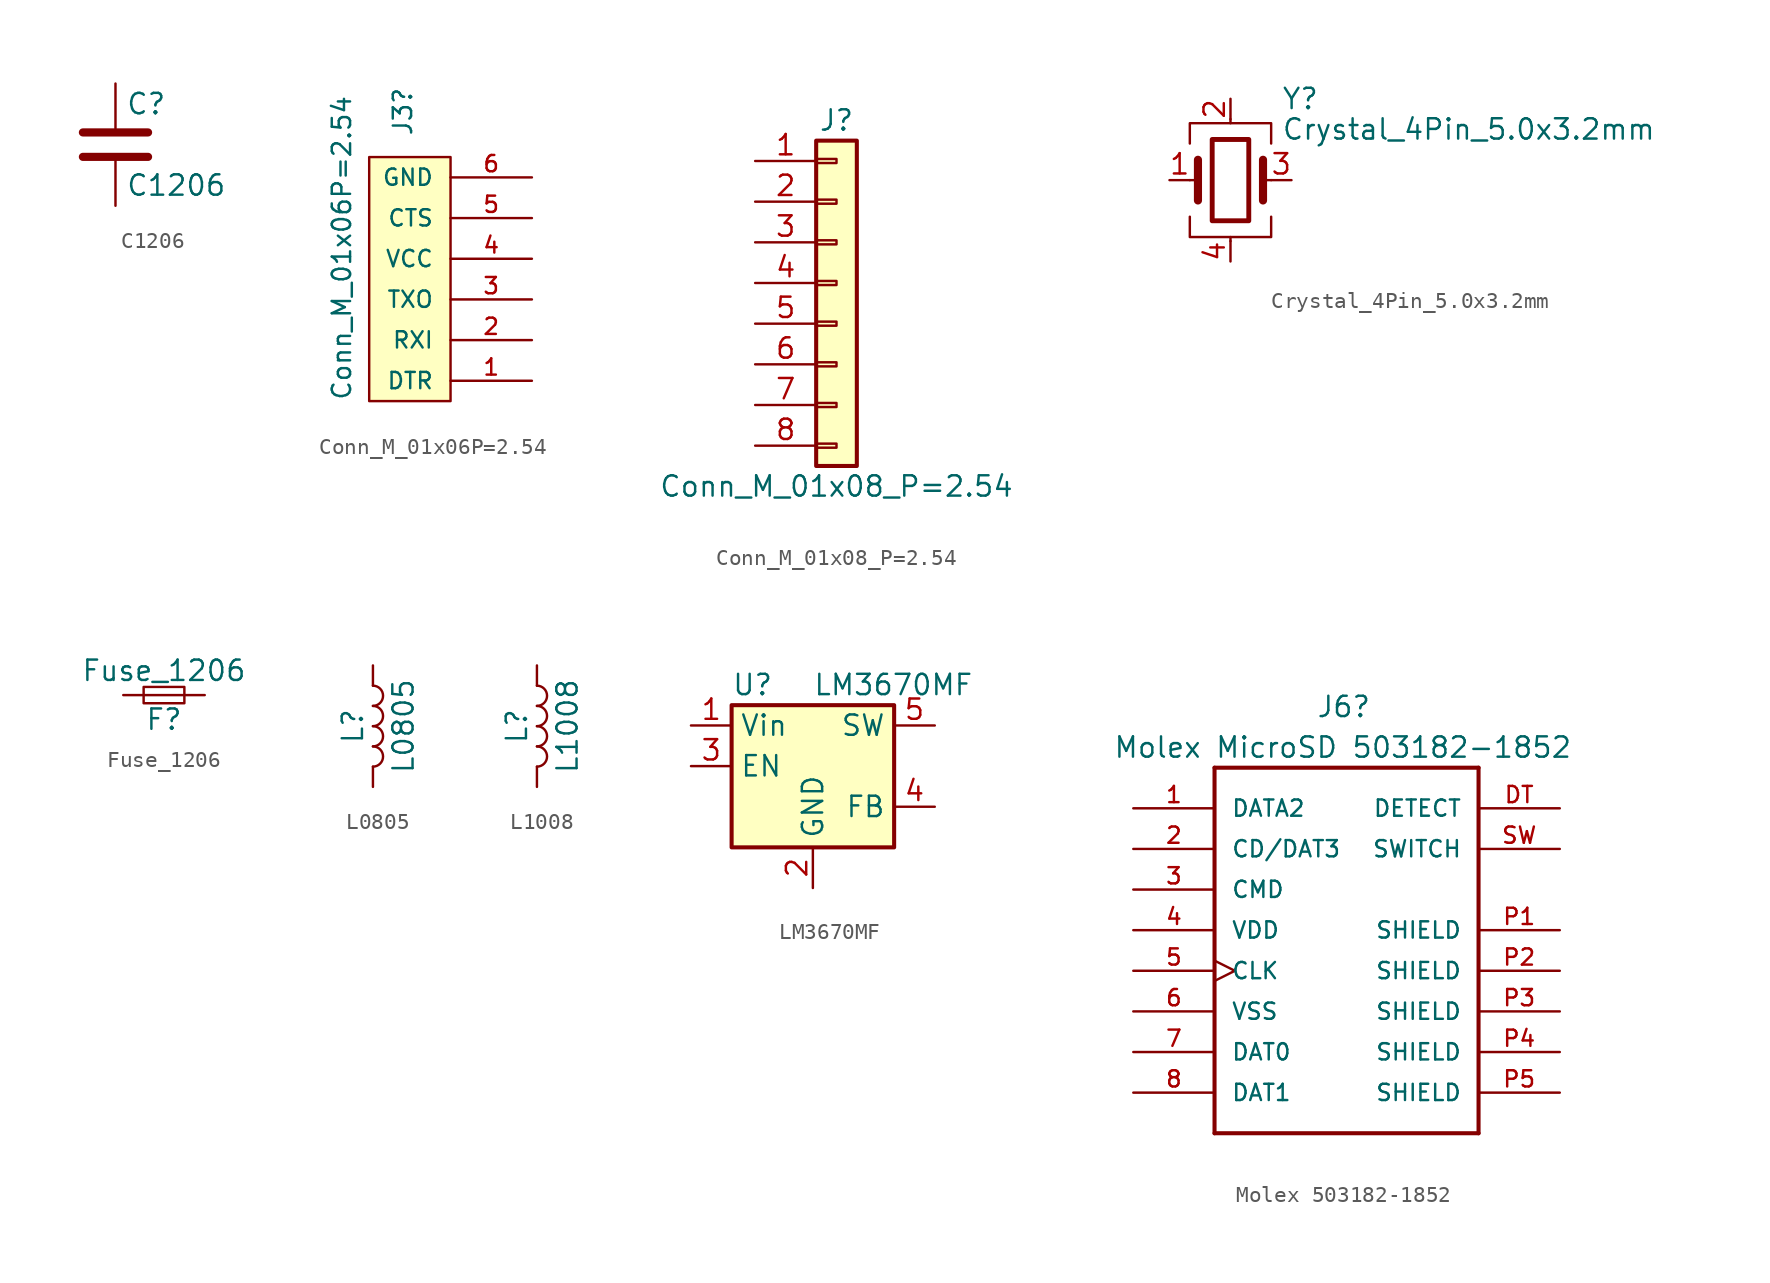
<source format=kicad_sym>
(kicad_symbol_lib
  (version 20220914)
  (generator kicad_symbol_editor)
  (symbol "C1206"
    (pin_numbers hide)
    (pin_names
      (offset 0.254))
    (property "Reference" "C"
      (at 0.635 2.54 0)
      (effects (font (size 1.27 1.27)) (justify left)))
    (property "Value" "C1206"
      (at 0.635 -2.54 0)
      (effects (font (size 1.27 1.27)) (justify left)))
    (symbol "C1206_0_1"
      (polyline (pts (xy -2.032 -0.762) (xy 2.032 -0.762)) (stroke (width 0.508) (type default)) (fill (type none)))
      (polyline (pts (xy -2.032 0.762) (xy 2.032 0.762)) (stroke (width 0.508) (type default)) (fill (type none))))
    (symbol "C1206_1_1"
      (pin passive line (at 0 3.81 270) (length 2.794) (name "~" (effects (font (size 1.27 1.27)))) (number "1" (effects (font (size 1.27 1.27)))))
      (pin passive line (at 0 -3.81 90) (length 2.794) (name "~" (effects (font (size 1.27 1.27)))) (number "2" (effects (font (size 1.27 1.27)))))))
  (symbol "Conn_M_01x06P=2.54"
    (pin_names
      (offset 1.016))
    (property "Reference" "J3"
      (at -2.985 15.24 90)
      (effects (font (size 1.143 1.143)) (justify left)))
    (property "Value" "Conn_M_01x06P=2.54"
      (at -6.795 -1.27 90)
      (effects (font (size 1.143 1.143)) (justify left)))
    (symbol "Conn_M_01x06P=2.54_0_1"
      (rectangle (start -5.08 13.97) (end 0 -1.27) (stroke (width 0) (type default)) (fill (type background))))
    (symbol "Conn_M_01x06P=2.54_1_1"
      (pin passive line (at 5.08 0 180) (length 5.08) (name "DTR" (effects (font (size 1.016 1.016)))) (number "1" (effects (font (size 1.016 1.016)))))
      (pin passive line (at 5.08 2.54 180) (length 5.08) (name "RXI" (effects (font (size 1.016 1.016)))) (number "2" (effects (font (size 1.016 1.016)))))
      (pin passive line (at 5.08 5.08 180) (length 5.08) (name "TXO" (effects (font (size 1.016 1.016)))) (number "3" (effects (font (size 1.016 1.016)))))
      (pin passive line (at 5.08 7.62 180) (length 5.08) (name "VCC" (effects (font (size 1.016 1.016)))) (number "4" (effects (font (size 1.016 1.016)))))
      (pin passive line (at 5.08 10.16 180) (length 5.08) (name "CTS" (effects (font (size 1.016 1.016)))) (number "5" (effects (font (size 1.016 1.016)))))
      (pin passive line (at 5.08 12.7 180) (length 5.08) (name "GND" (effects (font (size 1.016 1.016)))) (number "6" (effects (font (size 1.016 1.016)))))))
  (symbol "Conn_M_01x08_P=2.54"
    (pin_names
      (offset 1.016) hide)
    (property "Reference" "J"
      (at 0 10.16 0)
      (effects (font (size 1.27 1.27))))
    (property "Value" "Conn_M_01x08_P=2.54"
      (at 0 -12.7 0)
      (effects (font (size 1.27 1.27))))
    (symbol "Conn_M_01x08_P=2.54_1_1"
      (rectangle (start -1.27 -10.033) (end 0 -10.287) (stroke (width 0.152) (type default)) (fill (type none)))
      (rectangle (start -1.27 -7.493) (end 0 -7.747) (stroke (width 0.152) (type default)) (fill (type none)))
      (rectangle (start -1.27 -4.953) (end 0 -5.207) (stroke (width 0.152) (type default)) (fill (type none)))
      (rectangle (start -1.27 -2.413) (end 0 -2.667) (stroke (width 0.152) (type default)) (fill (type none)))
      (rectangle (start -1.27 0.127) (end 0 -0.127) (stroke (width 0.152) (type default)) (fill (type none)))
      (rectangle (start -1.27 2.667) (end 0 2.413) (stroke (width 0.152) (type default)) (fill (type none)))
      (rectangle (start -1.27 5.207) (end 0 4.953) (stroke (width 0.152) (type default)) (fill (type none)))
      (rectangle (start -1.27 7.747) (end 0 7.493) (stroke (width 0.152) (type default)) (fill (type none)))
      (rectangle (start -1.27 8.89) (end 1.27 -11.43) (stroke (width 0.254) (type default)) (fill (type background)))
      (pin passive line (at -5.08 7.62 0) (length 3.81) (name "Pin_1" (effects (font (size 1.27 1.27)))) (number "1" (effects (font (size 1.27 1.27)))))
      (pin passive line (at -5.08 5.08 0) (length 3.81) (name "Pin_2" (effects (font (size 1.27 1.27)))) (number "2" (effects (font (size 1.27 1.27)))))
      (pin passive line (at -5.08 2.54 0) (length 3.81) (name "Pin_3" (effects (font (size 1.27 1.27)))) (number "3" (effects (font (size 1.27 1.27)))))
      (pin passive line (at -5.08 0 0) (length 3.81) (name "Pin_4" (effects (font (size 1.27 1.27)))) (number "4" (effects (font (size 1.27 1.27)))))
      (pin passive line (at -5.08 -2.54 0) (length 3.81) (name "Pin_5" (effects (font (size 1.27 1.27)))) (number "5" (effects (font (size 1.27 1.27)))))
      (pin passive line (at -5.08 -5.08 0) (length 3.81) (name "Pin_6" (effects (font (size 1.27 1.27)))) (number "6" (effects (font (size 1.27 1.27)))))
      (pin passive line (at -5.08 -7.62 0) (length 3.81) (name "Pin_7" (effects (font (size 1.27 1.27)))) (number "7" (effects (font (size 1.27 1.27)))))
      (pin passive line (at -5.08 -10.16 0) (length 3.81) (name "Pin_8" (effects (font (size 1.27 1.27)))) (number "8" (effects (font (size 1.27 1.27)))))))
  (symbol "Crystal_4Pin_5.0x3.2mm"
    (pin_names
      (offset 1.016) hide)
    (property "Reference" "Y"
      (at 3.175 5.08 0)
      (effects (font (size 1.27 1.27)) (justify left)))
    (property "Value" "Crystal_4Pin_5.0x3.2mm"
      (at 3.175 3.175 0)
      (effects (font (size 1.27 1.27)) (justify left)))
    (symbol "Crystal_4Pin_5.0x3.2mm_0_1"
      (rectangle (start -1.143 2.54) (end 1.143 -2.54) (stroke (width 0.305) (type default)) (fill (type none)))
      (polyline (pts (xy -2.54 0) (xy -2.032 0)) (stroke (width 0) (type default)) (fill (type none)))
      (polyline (pts (xy -2.032 -1.27) (xy -2.032 1.27)) (stroke (width 0.508) (type default)) (fill (type none)))
      (polyline (pts (xy 0 -3.81) (xy 0 -3.556)) (stroke (width 0) (type default)) (fill (type none)))
      (polyline (pts (xy 0 3.556) (xy 0 3.81)) (stroke (width 0) (type default)) (fill (type none)))
      (polyline (pts (xy 2.032 -1.27) (xy 2.032 1.27)) (stroke (width 0.508) (type default)) (fill (type none)))
      (polyline (pts (xy 2.032 0) (xy 2.54 0)) (stroke (width 0) (type default)) (fill (type none)))
      (polyline (pts (xy -2.54 -2.286) (xy -2.54 -3.556) (xy 2.54 -3.556) (xy 2.54 -2.286)) (stroke (width 0) (type default)) (fill (type none)))
      (polyline (pts (xy -2.54 2.286) (xy -2.54 3.556) (xy 2.54 3.556) (xy 2.54 2.286)) (stroke (width 0) (type default)) (fill (type none))))
    (symbol "Crystal_4Pin_5.0x3.2mm_1_1"
      (pin passive line (at -3.81 0 0) (length 1.27) (name "1" (effects (font (size 1.27 1.27)))) (number "1" (effects (font (size 1.27 1.27)))))
      (pin passive line (at 0 5.08 270) (length 1.27) (name "2" (effects (font (size 1.27 1.27)))) (number "2" (effects (font (size 1.27 1.27)))))
      (pin passive line (at 3.81 0 180) (length 1.27) (name "3" (effects (font (size 1.27 1.27)))) (number "3" (effects (font (size 1.27 1.27)))))
      (pin passive line (at 0 -5.08 90) (length 1.27) (name "4" (effects (font (size 1.27 1.27)))) (number "4" (effects (font (size 1.27 1.27)))))))
  (symbol "Fuse_1206"
    (pin_numbers hide)
    (pin_names
      (offset 0.254) hide)
    (property "Reference" "F"
      (at 0 -1.524 0)
      (effects (font (size 1.27 1.27))))
    (property "Value" "Fuse_1206"
      (at 0 1.524 0)
      (effects (font (size 1.27 1.27))))
    (symbol "Fuse_1206_0_1"
      (rectangle (start -1.27 0.508) (end 1.27 -0.508) (stroke (width 0) (type default)) (fill (type none)))
      (polyline (pts (xy -1.27 0) (xy 1.27 0)) (stroke (width 0) (type default)) (fill (type none))))
    (symbol "Fuse_1206_1_1"
      (pin passive line (at -2.54 0 0) (length 1.27) (name "~" (effects (font (size 1.27 1.27)))) (number "1" (effects (font (size 1.27 1.27)))))
      (pin passive line (at 2.54 0 180) (length 1.27) (name "~" (effects (font (size 1.27 1.27)))) (number "2" (effects (font (size 1.27 1.27)))))))
  (symbol "L0805"
    (pin_numbers hide)
    (pin_names
      (offset 1.016) hide)
    (property "Reference" "L"
      (at -1.27 0 90)
      (effects (font (size 1.27 1.27))))
    (property "Value" "L0805"
      (at 1.905 0 90)
      (effects (font (size 1.27 1.27))))
    (symbol "L0805_0_1"
      (arc (start 0 -2.54) (mid 0.6323 -1.905) (end 0 -1.27) (stroke (width 0) (type default)) (fill (type none)))
      (arc (start 0 -1.27) (mid 0.6323 -0.635) (end 0 0) (stroke (width 0) (type default)) (fill (type none)))
      (arc (start 0 0) (mid 0.6323 0.635) (end 0 1.27) (stroke (width 0) (type default)) (fill (type none)))
      (arc (start 0 1.27) (mid 0.6323 1.905) (end 0 2.54) (stroke (width 0) (type default)) (fill (type none))))
    (symbol "L0805_1_1"
      (pin passive line (at 0 3.81 270) (length 1.27) (name "1" (effects (font (size 1.27 1.27)))) (number "1" (effects (font (size 1.27 1.27)))))
      (pin passive line (at 0 -3.81 90) (length 1.27) (name "2" (effects (font (size 1.27 1.27)))) (number "2" (effects (font (size 1.27 1.27)))))))
  (symbol "L1008"
    (pin_numbers hide)
    (pin_names
      (offset 1.016) hide)
    (property "Reference" "L"
      (at -1.27 0 90)
      (effects (font (size 1.27 1.27))))
    (property "Value" "L1008"
      (at 1.905 0 90)
      (effects (font (size 1.27 1.27))))
    (symbol "L1008_0_1"
      (arc (start 0 -2.54) (mid 0.6323 -1.905) (end 0 -1.27) (stroke (width 0) (type default)) (fill (type none)))
      (arc (start 0 -1.27) (mid 0.6323 -0.635) (end 0 0) (stroke (width 0) (type default)) (fill (type none)))
      (arc (start 0 0) (mid 0.6323 0.635) (end 0 1.27) (stroke (width 0) (type default)) (fill (type none)))
      (arc (start 0 1.27) (mid 0.6323 1.905) (end 0 2.54) (stroke (width 0) (type default)) (fill (type none))))
    (symbol "L1008_1_1"
      (pin passive line (at 0 3.81 270) (length 1.27) (name "1" (effects (font (size 1.27 1.27)))) (number "1" (effects (font (size 1.27 1.27)))))
      (pin passive line (at 0 -3.81 90) (length 1.27) (name "2" (effects (font (size 1.27 1.27)))) (number "2" (effects (font (size 1.27 1.27)))))))
  (symbol "LM3670MF"
    (property "Reference" "U"
      (at -5.08 5.08 0)
      (effects (font (size 1.27 1.27)) (justify left)))
    (property "Value" "LM3670MF"
      (at 0 5.08 0)
      (effects (font (size 1.27 1.27)) (justify left)))
    (symbol "LM3670MF_0_1"
      (rectangle (start -5.08 3.81) (end 5.08 -5.08) (stroke (width 0.254) (type default)) (fill (type background))))
    (symbol "LM3670MF_1_1"
      (pin power_in line (at -7.62 2.54 0) (length 2.54) (name "Vin" (effects (font (size 1.27 1.27)))) (number "1" (effects (font (size 1.27 1.27)))))
      (pin power_in line (at 0 -7.62 90) (length 2.54) (name "GND" (effects (font (size 1.27 1.27)))) (number "2" (effects (font (size 1.27 1.27)))))
      (pin input line (at -7.62 0 0) (length 2.54) (name "EN" (effects (font (size 1.27 1.27)))) (number "3" (effects (font (size 1.27 1.27)))))
      (pin input line (at 7.62 -2.54 180) (length 2.54) (name "FB" (effects (font (size 1.27 1.27)))) (number "4" (effects (font (size 1.27 1.27)))))
      (pin input line (at 7.62 2.54 180) (length 2.54) (name "SW" (effects (font (size 1.27 1.27)))) (number "5" (effects (font (size 1.27 1.27)))))))
  (symbol "Molex 503182-1852"
    (pin_names
      (offset 1.016))
    (property "Reference" "J6"
      (at 6.35 21.59 0)
      (effects (font (size 1.27 1.27)) (justify left)))
    (property "Value" "Molex MicroSD 503182-1852"
      (at -6.35 19.05 0)
      (effects (font (size 1.27 1.27)) (justify left)))
    (symbol "Molex 503182-1852_0_0"
      (polyline (pts (xy 0 -5.08) (xy 16.51 -5.08)) (stroke (width 0.254) (type default)) (fill (type none)))
      (polyline (pts (xy 0 17.78) (xy 0 -5.08)) (stroke (width 0.254) (type default)) (fill (type none)))
      (polyline (pts (xy 16.51 -5.08) (xy 16.51 17.78)) (stroke (width 0.254) (type default)) (fill (type none)))
      (polyline (pts (xy 16.51 17.78) (xy 0 17.78)) (stroke (width 0.254) (type default)) (fill (type none)))
      (pin bidirectional line (at -5.08 15.24 0) (length 5.08) (name "DATA2" (effects (font (size 1.016 1.016)))) (number "1" (effects (font (size 1.016 1.016)))))
      (pin bidirectional line (at -5.08 12.7 0) (length 5.08) (name "CD/DAT3" (effects (font (size 1.016 1.016)))) (number "2" (effects (font (size 1.016 1.016)))))
      (pin bidirectional line (at -5.08 10.16 0) (length 5.08) (name "CMD" (effects (font (size 1.016 1.016)))) (number "3" (effects (font (size 1.016 1.016)))))
      (pin power_in line (at -5.08 7.62 0) (length 5.08) (name "VDD" (effects (font (size 1.016 1.016)))) (number "4" (effects (font (size 1.016 1.016)))))
      (pin bidirectional clock (at -5.08 5.08 0) (length 5.08) (name "CLK" (effects (font (size 1.016 1.016)))) (number "5" (effects (font (size 1.016 1.016)))))
      (pin power_in line (at -5.08 2.54 0) (length 5.08) (name "VSS" (effects (font (size 1.016 1.016)))) (number "6" (effects (font (size 1.016 1.016)))))
      (pin bidirectional line (at -5.08 0 0) (length 5.08) (name "DAT0" (effects (font (size 1.016 1.016)))) (number "7" (effects (font (size 1.016 1.016)))))
      (pin bidirectional line (at -5.08 -2.54 0) (length 5.08) (name "DAT1" (effects (font (size 1.016 1.016)))) (number "8" (effects (font (size 1.016 1.016)))))
      (pin bidirectional line (at 21.59 15.24 180) (length 5.08) (name "DETECT" (effects (font (size 1.016 1.016)))) (number "DT" (effects (font (size 1.016 1.016)))))
      (pin passive line (at 21.59 7.62 180) (length 5.08) (name "SHIELD" (effects (font (size 1.016 1.016)))) (number "P1" (effects (font (size 1.016 1.016)))))
      (pin passive line (at 21.59 5.08 180) (length 5.08) (name "SHIELD" (effects (font (size 1.016 1.016)))) (number "P2" (effects (font (size 1.016 1.016)))))
      (pin passive line (at 21.59 2.54 180) (length 5.08) (name "SHIELD" (effects (font (size 1.016 1.016)))) (number "P3" (effects (font (size 1.016 1.016)))))
      (pin passive line (at 21.59 0 180) (length 5.08) (name "SHIELD" (effects (font (size 1.016 1.016)))) (number "P4" (effects (font (size 1.016 1.016)))))
      (pin passive line (at 21.59 -2.54 180) (length 5.08) (name "SHIELD" (effects (font (size 1.016 1.016)))) (number "P5" (effects (font (size 1.016 1.016)))))
      (pin bidirectional line (at 21.59 12.7 180) (length 5.08) (name "SWITCH" (effects (font (size 1.016 1.016)))) (number "SW" (effects (font (size 1.016 1.016))))))))
</source>
